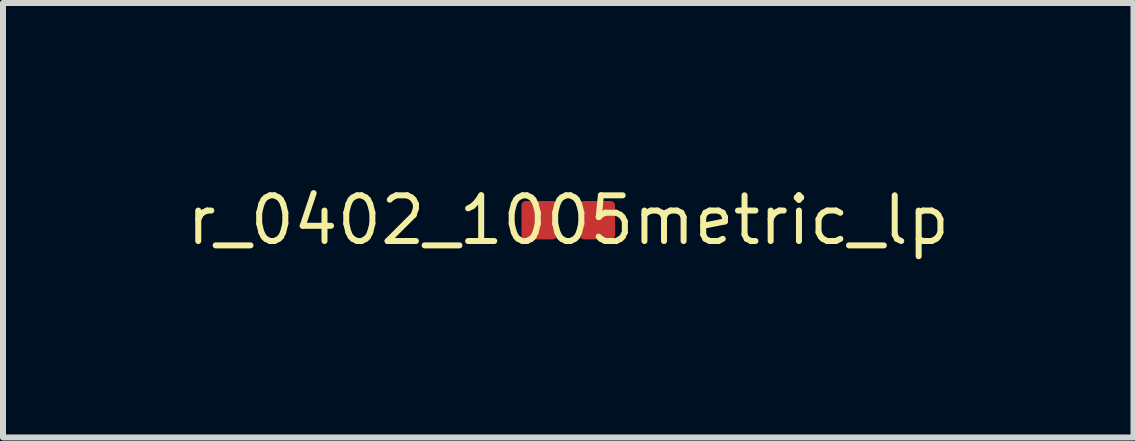
<source format=kicad_pcb>
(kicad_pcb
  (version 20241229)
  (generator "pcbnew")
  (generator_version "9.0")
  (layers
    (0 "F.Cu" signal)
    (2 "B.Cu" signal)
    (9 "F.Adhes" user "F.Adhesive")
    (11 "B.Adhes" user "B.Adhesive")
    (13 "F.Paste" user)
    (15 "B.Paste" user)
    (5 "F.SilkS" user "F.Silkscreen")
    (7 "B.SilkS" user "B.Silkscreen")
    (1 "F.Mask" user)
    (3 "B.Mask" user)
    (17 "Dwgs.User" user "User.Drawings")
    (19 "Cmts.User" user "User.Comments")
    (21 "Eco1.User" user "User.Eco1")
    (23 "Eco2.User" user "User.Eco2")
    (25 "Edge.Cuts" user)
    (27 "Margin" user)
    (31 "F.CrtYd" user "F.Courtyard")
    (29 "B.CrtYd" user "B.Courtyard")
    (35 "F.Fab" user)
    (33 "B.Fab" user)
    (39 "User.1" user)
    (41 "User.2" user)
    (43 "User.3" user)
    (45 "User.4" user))
  (footprint "r_0402_1005metric_lp"
    (layer "F.Cu")
    (at 6.424 0.621)
    (property "Reference" "r_0402_1005metric_lp" (at 0 0 0) (layer "F.SilkS") (effects (font (size 0.762 0.762) (thickness 0.1))))
    (attr through_hole)
    (fp_poly (pts (xy -0.04 -0.246) (xy -0.044 -0.29) (xy -0.057 -0.332) (xy -0.078 -0.371) (xy -0.106 -0.404) (xy -0.139 -0.432) (xy -0.178 -0.453) (xy -0.22 -0.466) (xy -0.264 -0.47) (xy -0.706 -0.47) (xy -0.75 -0.466) (xy -0.792 -0.453) (xy -0.831 -0.432) (xy -0.864 -0.404) (xy -0.892 -0.371) (xy -0.913 -0.332) (xy -0.926 -0.29) (xy -0.93 -0.246) (xy -0.93 0.246) (xy -0.926 0.29) (xy -0.913 0.332) (xy -0.892 0.371) (xy -0.864 0.404) (xy -0.831 0.432) (xy -0.792 0.453) (xy -0.75 0.466) (xy -0.706 0.47) (xy -0.264 0.47) (xy -0.22 0.466) (xy -0.178 0.453) (xy -0.139 0.432) (xy -0.106 0.404) (xy -0.078 0.371) (xy -0.057 0.332) (xy -0.044 0.29) (xy -0.04 0.246)) (stroke (width 0) (type solid)) (fill yes) (layer "F.Mask"))
    (fp_poly (pts (xy 0.93 -0.246) (xy 0.926 -0.29) (xy 0.913 -0.332) (xy 0.892 -0.371) (xy 0.864 -0.404) (xy 0.831 -0.432) (xy 0.792 -0.453) (xy 0.75 -0.466) (xy 0.706 -0.47) (xy 0.264 -0.47) (xy 0.22 -0.466) (xy 0.178 -0.453) (xy 0.139 -0.432) (xy 0.106 -0.404) (xy 0.078 -0.371) (xy 0.057 -0.332) (xy 0.044 -0.29) (xy 0.04 -0.246) (xy 0.04 0.246) (xy 0.044 0.29) (xy 0.057 0.332) (xy 0.078 0.371) (xy 0.106 0.404) (xy 0.139 0.432) (xy 0.178 0.453) (xy 0.22 0.466) (xy 0.264 0.47) (xy 0.706 0.47) (xy 0.75 0.466) (xy 0.792 0.453) (xy 0.831 0.432) (xy 0.864 0.404) (xy 0.892 0.371) (xy 0.913 0.332) (xy 0.926 0.29) (xy 0.93 0.246)) (stroke (width 0) (type solid)) (fill yes) (layer "F.Mask"))
    (pad "1" smd roundrect (at -0.485 0) (size 0.59 0.64) (layers "F.Cu" "F.Paste") (roundrect_rratio 0.125))
    (pad "2" smd roundrect (at 0.485 0) (size 0.59 0.64) (layers "F.Cu" "F.Paste") (roundrect_rratio 0.125)))
  (gr_rect
    (start -3 -3)
    (end 15.848 4.243)
    (stroke (width 0.1) (type default))
    (fill no)
    (layer "Edge.Cuts")))
</source>
